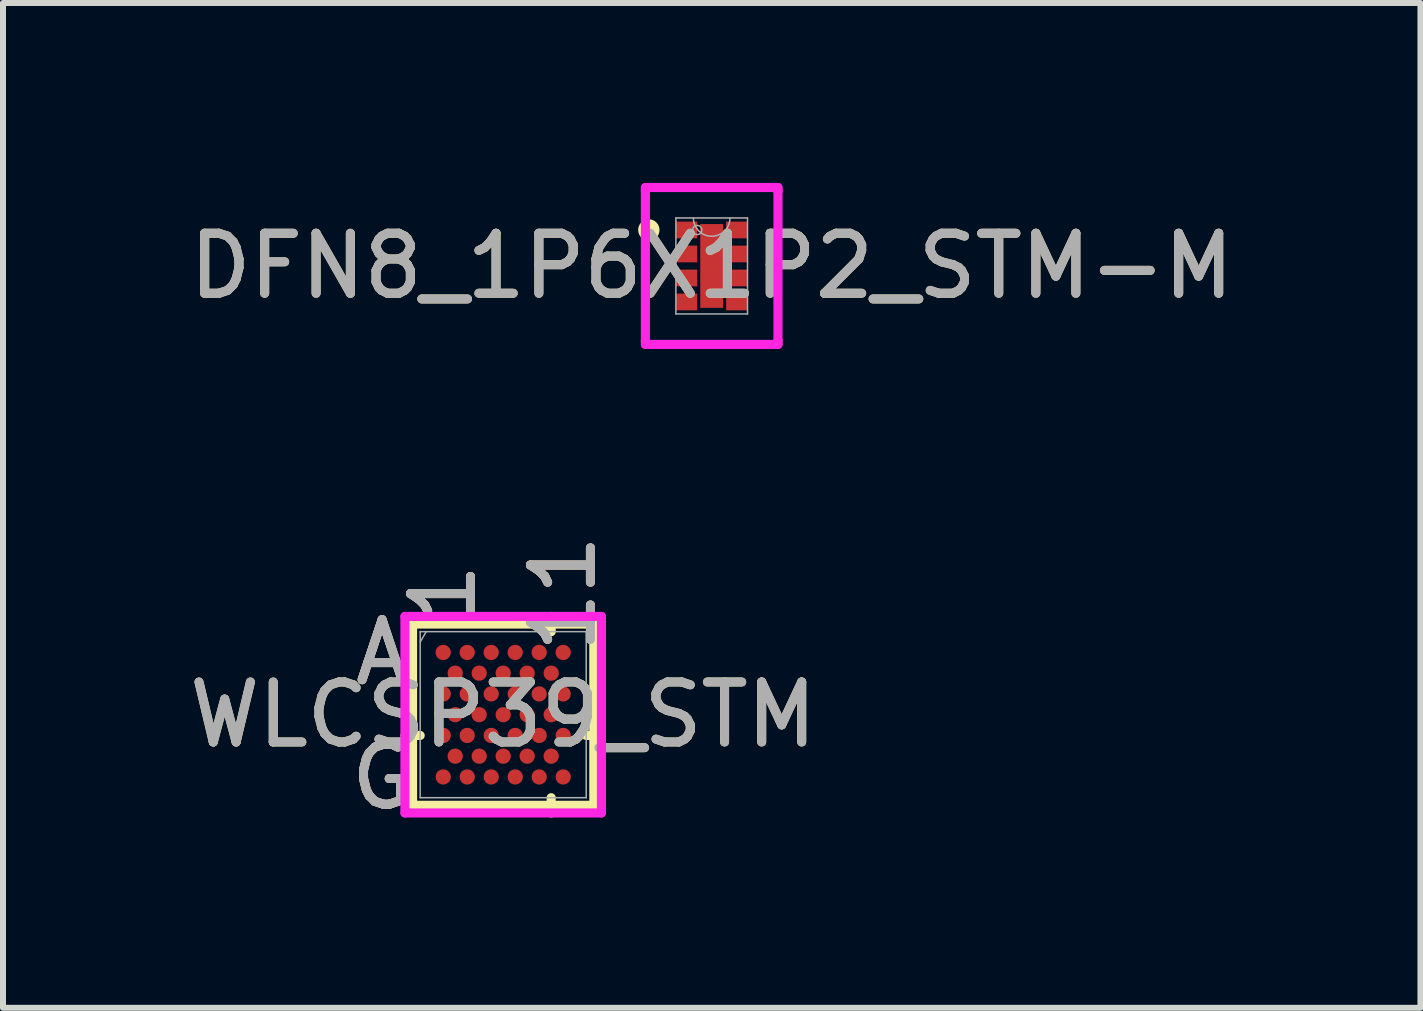
<source format=kicad_pcb>
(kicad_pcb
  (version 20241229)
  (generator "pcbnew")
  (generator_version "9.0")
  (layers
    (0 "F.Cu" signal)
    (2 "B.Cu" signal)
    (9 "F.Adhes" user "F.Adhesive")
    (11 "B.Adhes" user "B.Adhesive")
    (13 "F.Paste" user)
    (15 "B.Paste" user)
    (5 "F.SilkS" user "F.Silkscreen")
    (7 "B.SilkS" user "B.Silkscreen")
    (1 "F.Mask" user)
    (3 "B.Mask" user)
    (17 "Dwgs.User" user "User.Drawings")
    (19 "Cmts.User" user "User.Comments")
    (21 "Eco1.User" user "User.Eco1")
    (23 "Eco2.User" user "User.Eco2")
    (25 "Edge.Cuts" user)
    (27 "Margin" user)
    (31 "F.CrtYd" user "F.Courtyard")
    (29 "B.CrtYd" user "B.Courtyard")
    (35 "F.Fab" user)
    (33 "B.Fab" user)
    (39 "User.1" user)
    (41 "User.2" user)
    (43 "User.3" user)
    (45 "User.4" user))
  (footprint "DFN8_1P6X1P2_STM-M"
    (layer "F.Cu")
    (at 8.815 1.384)
    (property "Reference" "DFN8_1P6X1P2_STM-M" (at 0 0 0) (unlocked yes) (layer "F.SilkS") (effects (font (size 1 1) (thickness 0.15))))
    (attr smd)
    (fp_circle (center -1.048 -0.6) (end -0.946 -0.6) (stroke (width 0.152) (type solid)) (fill no) (layer "F.SilkS"))
    (fp_line (start -1.105 -1.308) (end 1.105 -1.308) (stroke (width 0.152) (type solid)) (layer "F.CrtYd"))
    (fp_line (start -1.105 -1.248) (end -1.105 -1.308) (stroke (width 0.152) (type solid)) (layer "F.CrtYd"))
    (fp_line (start -1.105 -1.248) (end -1.105 -1.248) (stroke (width 0.152) (type solid)) (layer "F.CrtYd"))
    (fp_line (start -1.105 1.248) (end -1.105 -1.248) (stroke (width 0.152) (type solid)) (layer "F.CrtYd"))
    (fp_line (start -1.105 1.248) (end -1.105 1.248) (stroke (width 0.152) (type solid)) (layer "F.CrtYd"))
    (fp_line (start -1.105 1.308) (end -1.105 1.248) (stroke (width 0.152) (type solid)) (layer "F.CrtYd"))
    (fp_line (start 1.105 -1.308) (end 1.105 -1.248) (stroke (width 0.152) (type solid)) (layer "F.CrtYd"))
    (fp_line (start 1.105 -1.248) (end 1.105 -1.248) (stroke (width 0.152) (type solid)) (layer "F.CrtYd"))
    (fp_line (start 1.105 -1.248) (end 1.105 1.248) (stroke (width 0.152) (type solid)) (layer "F.CrtYd"))
    (fp_line (start 1.105 1.248) (end 1.105 1.248) (stroke (width 0.152) (type solid)) (layer "F.CrtYd"))
    (fp_line (start 1.105 1.248) (end 1.105 1.308) (stroke (width 0.152) (type solid)) (layer "F.CrtYd"))
    (fp_line (start 1.105 1.308) (end -1.105 1.308) (stroke (width 0.152) (type solid)) (layer "F.CrtYd"))
    (fp_line (start -0.597 -0.8) (end -0.597 0.8) (stroke (width 0.025) (type solid)) (layer "F.Fab"))
    (fp_line (start -0.597 0.8) (end 0.597 0.8) (stroke (width 0.025) (type solid)) (layer "F.Fab"))
    (fp_line (start 0.597 -0.8) (end -0.597 -0.8) (stroke (width 0.025) (type solid)) (layer "F.Fab"))
    (fp_line (start 0.597 0.8) (end 0.597 -0.8) (stroke (width 0.025) (type solid)) (layer "F.Fab"))
    (fp_arc (start 0.3048 -0.8001) (mid 0 -0.4953) (end -0.3048 -0.8001) (stroke (width 0.0254) (type solid)) (layer "F.Fab"))
    (fp_circle (center -0.241 -0.6) (end -0.165 -0.6) (stroke (width 0.025) (type solid)) (fill no) (layer "F.Fab"))
    (fp_text user "${REFERENCE}" (at 0 0 0) (unlocked yes) (layer "F.Fab") (effects (font (size 1 1) (thickness 0.15))))
    (pad "1" smd rect (at -0.419 -0.6) (size 0.356 0.279) (layers "F.Cu" "F.Mask" "F.Paste"))
    (pad "2" smd rect (at -0.419 -0.2) (size 0.356 0.279) (layers "F.Cu" "F.Mask" "F.Paste"))
    (pad "3" smd rect (at -0.419 0.2) (size 0.356 0.279) (layers "F.Cu" "F.Mask" "F.Paste"))
    (pad "4" smd rect (at -0.419 0.6) (size 0.356 0.279) (layers "F.Cu" "F.Mask" "F.Paste"))
    (pad "5" smd rect (at 0.419 0.6) (size 0.356 0.279) (layers "F.Cu" "F.Mask" "F.Paste"))
    (pad "6" smd rect (at 0.419 0.2) (size 0.356 0.279) (layers "F.Cu" "F.Mask" "F.Paste"))
    (pad "7" smd rect (at 0.419 -0.2) (size 0.356 0.279) (layers "F.Cu" "F.Mask" "F.Paste"))
    (pad "8" smd rect (at 0.419 -0.6) (size 0.356 0.279) (layers "F.Cu" "F.Mask" "F.Paste"))
    (pad "9" smd rect (at 0 0) (size 0.381 1.397) (layers "F.Cu" "F.Mask" "F.Paste")))
  (footprint "WLCSP39_STM"
    (layer "F.Cu")
    (at 5.339 8.865)
    (property "Reference" "WLCSP39_STM" (at 0 0 0) (unlocked yes) (layer "F.SilkS") (effects (font (size 1 1) (thickness 0.15))))
    (attr smd)
    (fp_line (start -1.511 -1.511) (end -1.511 1.511) (stroke (width 0.152) (type solid)) (layer "F.SilkS"))
    (fp_line (start -1.511 1.511) (end 1.511 1.511) (stroke (width 0.152) (type solid)) (layer "F.SilkS"))
    (fp_line (start -1.384 0.346) (end -1.638 0.346) (stroke (width 0.152) (type solid)) (layer "F.SilkS"))
    (fp_line (start 0.8 -1.384) (end 0.8 -1.638) (stroke (width 0.152) (type solid)) (layer "F.SilkS"))
    (fp_line (start 0.8 1.384) (end 0.8 1.638) (stroke (width 0.152) (type solid)) (layer "F.SilkS"))
    (fp_line (start 1.384 0.346) (end 1.638 0.346) (stroke (width 0.152) (type solid)) (layer "F.SilkS"))
    (fp_line (start 1.511 -1.511) (end -1.511 -1.511) (stroke (width 0.152) (type solid)) (layer "F.SilkS"))
    (fp_line (start 1.511 1.511) (end 1.511 -1.511) (stroke (width 0.152) (type solid)) (layer "F.SilkS"))
    (fp_poly (pts (xy -1.544 -1.655) (xy 1.544 -1.655) (xy 1.544 1.655) (xy -1.544 1.655)) (stroke (width 0.1) (type solid)) (fill no) (layer "Eco2.User"))
    (fp_line (start -1.638 -1.638) (end 1.638 -1.638) (stroke (width 0.152) (type solid)) (layer "F.CrtYd"))
    (fp_line (start -1.638 1.638) (end -1.638 -1.638) (stroke (width 0.152) (type solid)) (layer "F.CrtYd"))
    (fp_line (start 1.638 -1.638) (end 1.638 1.638) (stroke (width 0.152) (type solid)) (layer "F.CrtYd"))
    (fp_line (start 1.638 1.638) (end -1.638 1.638) (stroke (width 0.152) (type solid)) (layer "F.CrtYd"))
    (fp_line (start -1.384 -1.384) (end -1.384 1.384) (stroke (width 0.025) (type solid)) (layer "F.Fab"))
    (fp_line (start -1.384 1.384) (end 1.384 1.384) (stroke (width 0.025) (type solid)) (layer "F.Fab"))
    (fp_line (start -1.284 -1.384) (end -1.384 -1.211) (stroke (width 0.025) (type solid)) (layer "F.Fab"))
    (fp_line (start 1.384 -1.384) (end -1.384 -1.384) (stroke (width 0.025) (type solid)) (layer "F.Fab"))
    (fp_line (start 1.384 1.384) (end 1.384 -1.384) (stroke (width 0.025) (type solid)) (layer "F.Fab"))
    (fp_text user "A" (at -2.019 -1.038 0) (unlocked yes) (layer "F.SilkS") (effects (font (size 1 1) (thickness 0.15))))
    (fp_text user "G" (at -2.019 1.038 0) (unlocked yes) (layer "F.SilkS") (effects (font (size 1 1) (thickness 0.15))))
    (fp_text user "1" (at -1 -2.019 90) (unlocked yes) (layer "F.SilkS") (effects (font (size 1 1) (thickness 0.15))))
    (fp_text user "11" (at 1 -2.019 90) (unlocked yes) (layer "F.SilkS") (effects (font (size 1 1) (thickness 0.15))))
    (fp_text user "1" (at -1 -2.019 90) (unlocked yes) (layer "B.SilkS") (effects (font (size 1 1) (thickness 0.15))))
    (fp_text user "11" (at 1 -2.019 90) (unlocked yes) (layer "B.SilkS") (effects (font (size 1 1) (thickness 0.15))))
    (fp_text user "G" (at -2.019 1.038 0) (unlocked yes) (layer "B.SilkS") (effects (font (size 1 1) (thickness 0.15))))
    (fp_text user "A" (at -2.019 -1.038 0) (unlocked yes) (layer "B.SilkS") (effects (font (size 1 1) (thickness 0.15))))
    (fp_text user "11" (at 1 -2.019 90) (unlocked yes) (layer "F.Fab") (effects (font (size 1 1) (thickness 0.15))))
    (fp_text user "A" (at -2.019 -1.038 0) (unlocked yes) (layer "F.Fab") (effects (font (size 1 1) (thickness 0.15))))
    (fp_text user "${REFERENCE}" (at 0 0 0) (unlocked yes) (layer "F.Fab") (effects (font (size 1 1) (thickness 0.15))))
    (fp_text user "1" (at -1 -2.019 90) (unlocked yes) (layer "F.Fab") (effects (font (size 1 1) (thickness 0.15))))
    (fp_text user "G" (at -2.019 1.038 0) (unlocked yes) (layer "F.Fab") (effects (font (size 1 1) (thickness 0.15))))
    (pad "A1" smd circle (at -1 -1.038) (size 0.254 0.254) (layers "F.Cu" "F.Mask" "F.Paste"))
    (pad "A3" smd circle (at -0.6 -1.038) (size 0.254 0.254) (layers "F.Cu" "F.Mask" "F.Paste"))
    (pad "A5" smd circle (at -0.2 -1.038) (size 0.254 0.254) (layers "F.Cu" "F.Mask" "F.Paste"))
    (pad "A7" smd circle (at 0.2 -1.038) (size 0.254 0.254) (layers "F.Cu" "F.Mask" "F.Paste"))
    (pad "A9" smd circle (at 0.6 -1.038) (size 0.254 0.254) (layers "F.Cu" "F.Mask" "F.Paste"))
    (pad "A11" smd circle (at 1 -1.038) (size 0.254 0.254) (layers "F.Cu" "F.Mask" "F.Paste"))
    (pad "B2" smd circle (at -0.8 -0.692) (size 0.254 0.254) (layers "F.Cu" "F.Mask" "F.Paste"))
    (pad "B4" smd circle (at -0.4 -0.692) (size 0.254 0.254) (layers "F.Cu" "F.Mask" "F.Paste"))
    (pad "B6" smd circle (at 0 -0.692) (size 0.254 0.254) (layers "F.Cu" "F.Mask" "F.Paste"))
    (pad "B8" smd circle (at 0.4 -0.692) (size 0.254 0.254) (layers "F.Cu" "F.Mask" "F.Paste"))
    (pad "B10" smd circle (at 0.8 -0.692) (size 0.254 0.254) (layers "F.Cu" "F.Mask" "F.Paste"))
    (pad "C1" smd circle (at -1 -0.346) (size 0.254 0.254) (layers "F.Cu" "F.Mask" "F.Paste"))
    (pad "C3" smd circle (at -0.6 -0.346) (size 0.254 0.254) (layers "F.Cu" "F.Mask" "F.Paste"))
    (pad "C5" smd circle (at -0.2 -0.346) (size 0.254 0.254) (layers "F.Cu" "F.Mask" "F.Paste"))
    (pad "C7" smd circle (at 0.2 -0.346) (size 0.254 0.254) (layers "F.Cu" "F.Mask" "F.Paste"))
    (pad "C9" smd circle (at 0.6 -0.346) (size 0.254 0.254) (layers "F.Cu" "F.Mask" "F.Paste"))
    (pad "C11" smd circle (at 1 -0.346) (size 0.254 0.254) (layers "F.Cu" "F.Mask" "F.Paste"))
    (pad "D2" smd circle (at -0.8 0) (size 0.254 0.254) (layers "F.Cu" "F.Mask" "F.Paste"))
    (pad "D4" smd circle (at -0.4 0) (size 0.254 0.254) (layers "F.Cu" "F.Mask" "F.Paste"))
    (pad "D6" smd circle (at 0 0) (size 0.254 0.254) (layers "F.Cu" "F.Mask" "F.Paste"))
    (pad "D8" smd circle (at 0.4 0) (size 0.254 0.254) (layers "F.Cu" "F.Mask" "F.Paste"))
    (pad "D10" smd circle (at 0.8 0) (size 0.254 0.254) (layers "F.Cu" "F.Mask" "F.Paste"))
    (pad "E1" smd circle (at -1 0.346) (size 0.254 0.254) (layers "F.Cu" "F.Mask" "F.Paste"))
    (pad "E3" smd circle (at -0.6 0.346) (size 0.254 0.254) (layers "F.Cu" "F.Mask" "F.Paste"))
    (pad "E5" smd circle (at -0.2 0.346) (size 0.254 0.254) (layers "F.Cu" "F.Mask" "F.Paste"))
    (pad "E7" smd circle (at 0.2 0.346) (size 0.254 0.254) (layers "F.Cu" "F.Mask" "F.Paste"))
    (pad "E9" smd circle (at 0.6 0.346) (size 0.254 0.254) (layers "F.Cu" "F.Mask" "F.Paste"))
    (pad "E11" smd circle (at 1 0.346) (size 0.254 0.254) (layers "F.Cu" "F.Mask" "F.Paste"))
    (pad "F2" smd circle (at -0.8 0.692) (size 0.254 0.254) (layers "F.Cu" "F.Mask" "F.Paste"))
    (pad "F4" smd circle (at -0.4 0.692) (size 0.254 0.254) (layers "F.Cu" "F.Mask" "F.Paste"))
    (pad "F6" smd circle (at 0 0.692) (size 0.254 0.254) (layers "F.Cu" "F.Mask" "F.Paste"))
    (pad "F8" smd circle (at 0.4 0.692) (size 0.254 0.254) (layers "F.Cu" "F.Mask" "F.Paste"))
    (pad "F10" smd circle (at 0.8 0.692) (size 0.254 0.254) (layers "F.Cu" "F.Mask" "F.Paste"))
    (pad "G1" smd circle (at -1 1.038) (size 0.254 0.254) (layers "F.Cu" "F.Mask" "F.Paste"))
    (pad "G3" smd circle (at -0.6 1.038) (size 0.254 0.254) (layers "F.Cu" "F.Mask" "F.Paste"))
    (pad "G5" smd circle (at -0.2 1.038) (size 0.254 0.254) (layers "F.Cu" "F.Mask" "F.Paste"))
    (pad "G7" smd circle (at 0.2 1.038) (size 0.254 0.254) (layers "F.Cu" "F.Mask" "F.Paste"))
    (pad "G9" smd circle (at 0.6 1.038) (size 0.254 0.254) (layers "F.Cu" "F.Mask" "F.Paste"))
    (pad "G11" smd circle (at 1 1.038) (size 0.254 0.254) (layers "F.Cu" "F.Mask" "F.Paste")))
  (gr_rect
    (start -3 -3)
    (end 20.631 13.752)
    (stroke (width 0.1) (type default))
    (fill no)
    (layer "Edge.Cuts")))
</source>
